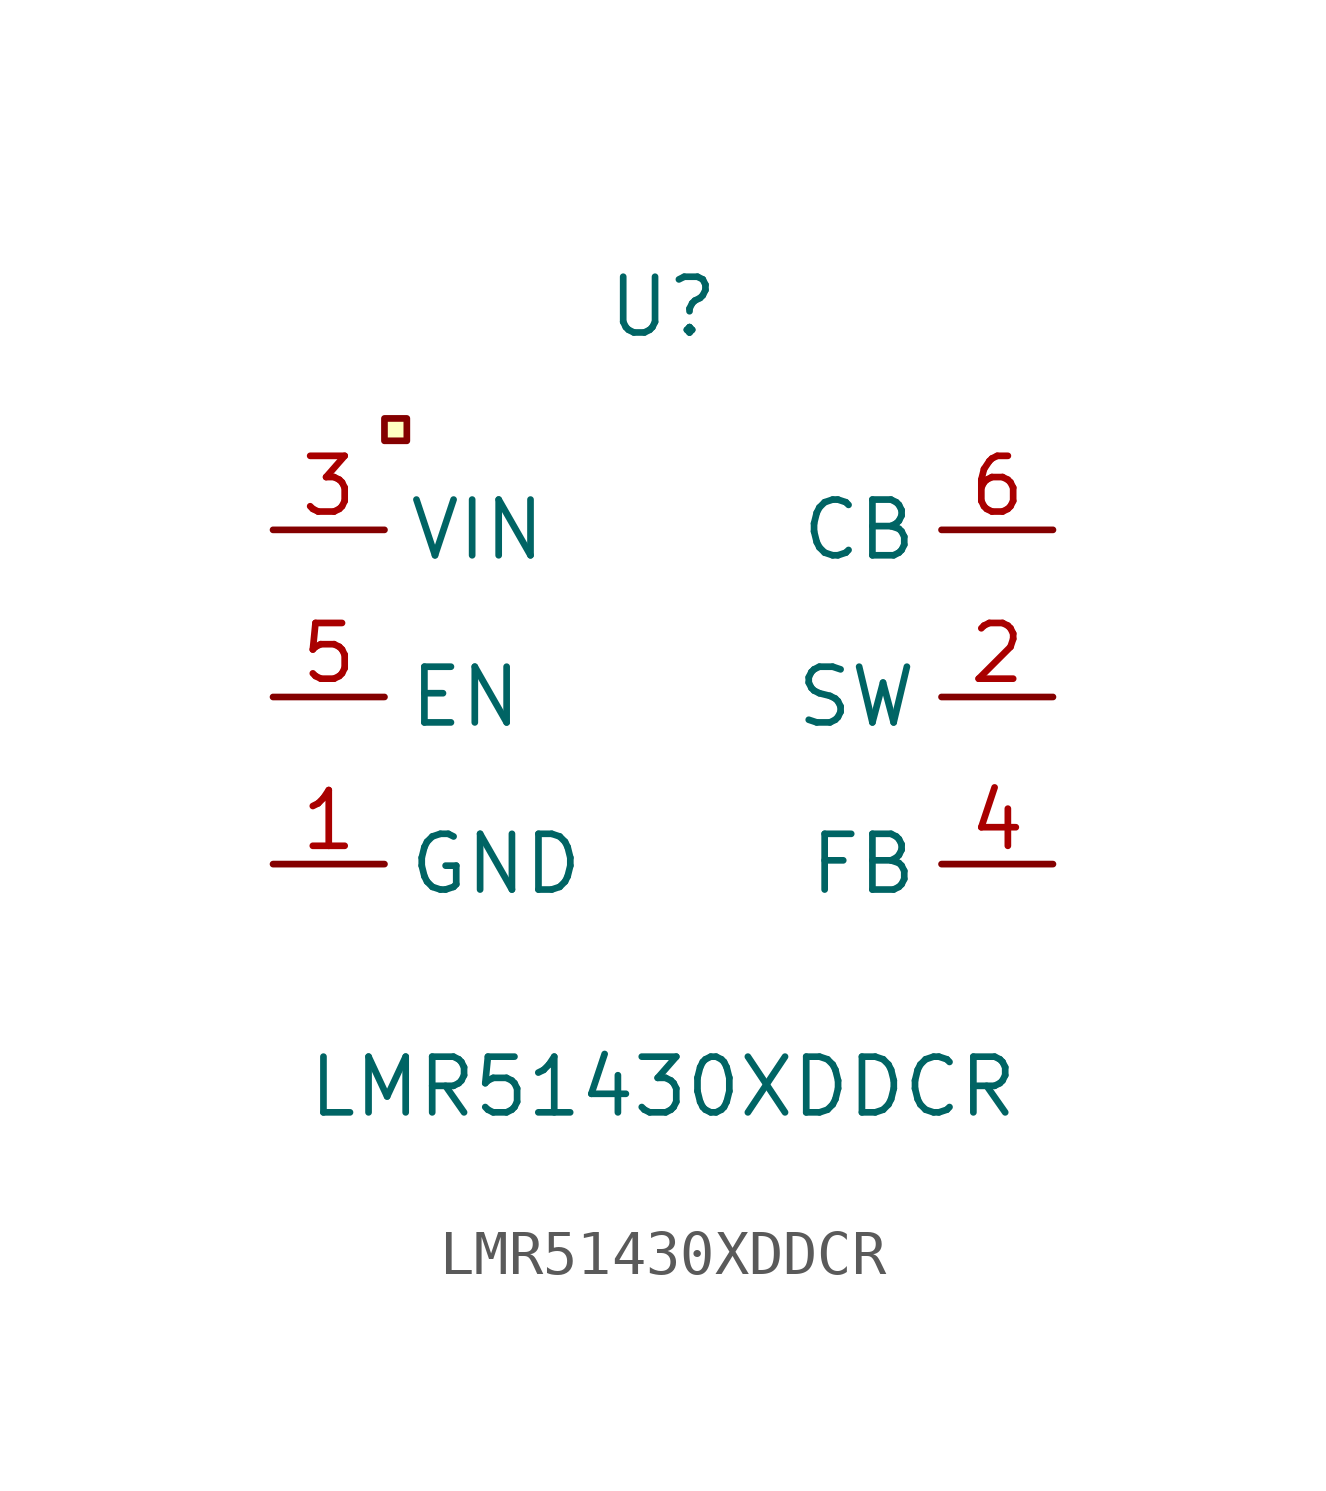
<source format=kicad_sym>
(kicad_symbol_lib
  (version 20241209)
  (generator "kicad_symbol_editor")
  (generator_version "9.0")
  (symbol "LMR51430XDDCR"
    (property "Reference" "U"
      (at 0 8.89 0)
      (effects (font (size 1.27 1.27))))
    (property "Value" "LMR51430XDDCR"
      (at 0 -8.89 0)
      (effects (font (size 1.27 1.27))))
    (symbol "LMR51430XDDCR_0_1"
      (rectangle (start -6.35 6.35) (end -5.84 5.84) (stroke (width 0) (type default)) (fill (type background)))
      (pin unspecified line (at -8.89 3.81 0) (length 2.54) (name "VIN" (effects (font (size 1.27 1.27)))) (number "3" (effects (font (size 1.27 1.27)))))
      (pin unspecified line (at -8.89 0 0) (length 2.54) (name "EN" (effects (font (size 1.27 1.27)))) (number "5" (effects (font (size 1.27 1.27)))))
      (pin unspecified line (at -8.89 -3.81 0) (length 2.54) (name "GND" (effects (font (size 1.27 1.27)))) (number "1" (effects (font (size 1.27 1.27)))))
      (pin unspecified line (at 8.89 3.81 180) (length 2.54) (name "CB" (effects (font (size 1.27 1.27)))) (number "6" (effects (font (size 1.27 1.27)))))
      (pin unspecified line (at 8.89 0 180) (length 2.54) (name "SW" (effects (font (size 1.27 1.27)))) (number "2" (effects (font (size 1.27 1.27)))))
      (pin unspecified line (at 8.89 -3.81 180) (length 2.54) (name "FB" (effects (font (size 1.27 1.27)))) (number "4" (effects (font (size 1.27 1.27))))))))
</source>
